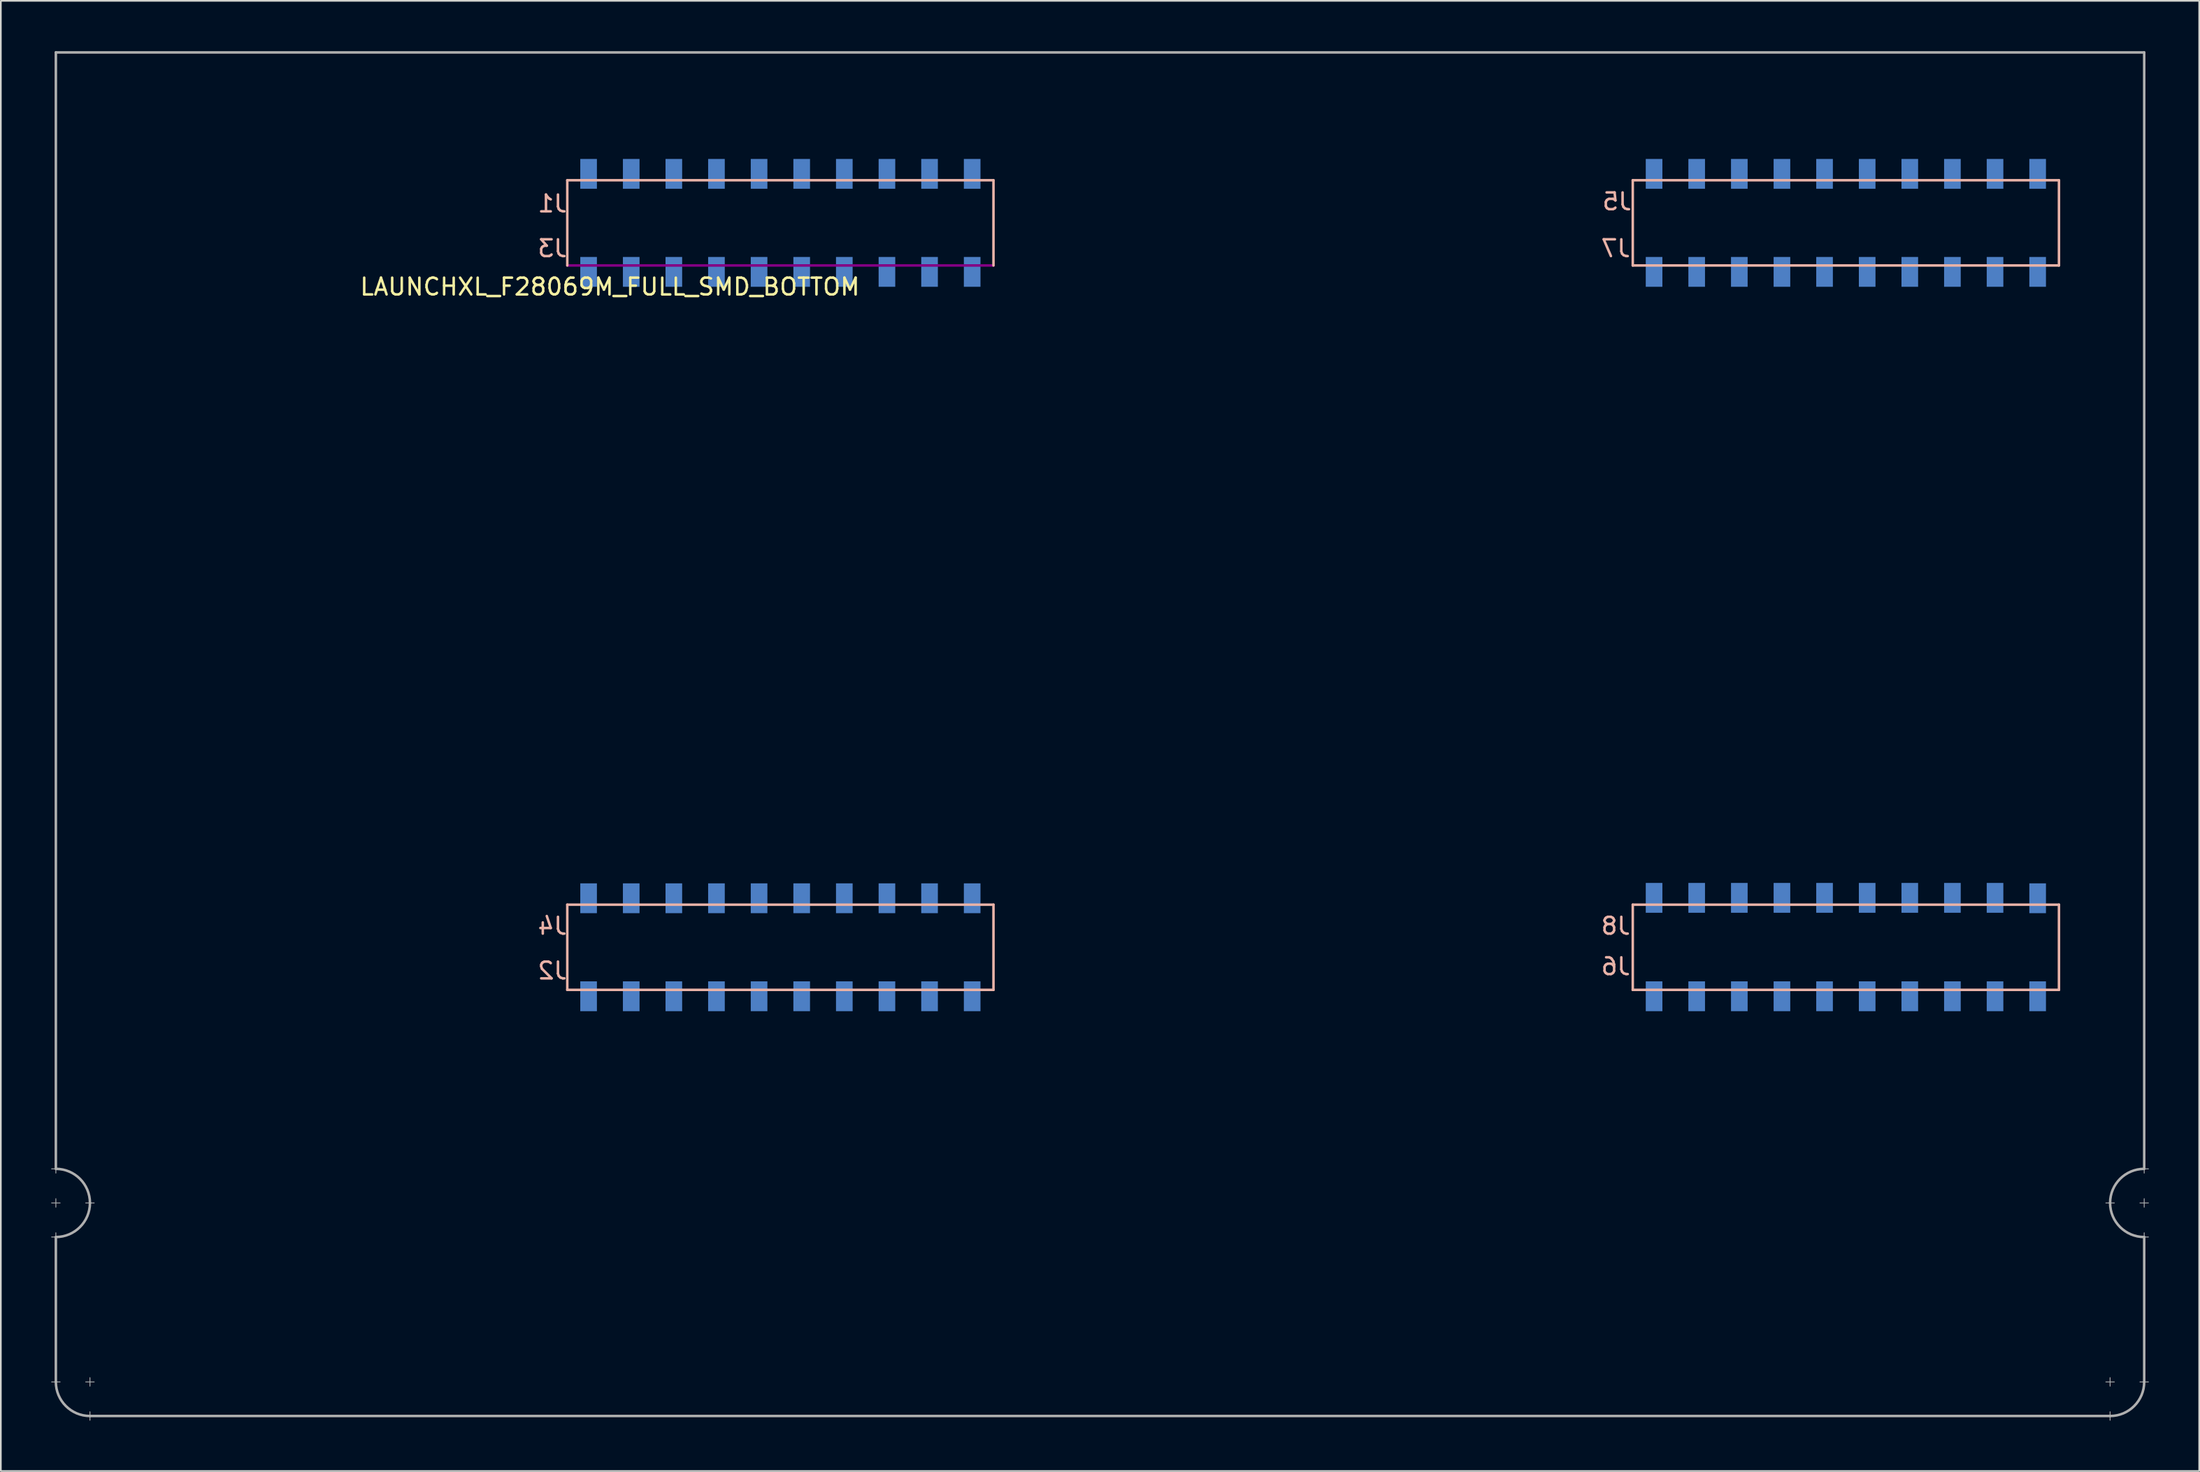
<source format=kicad_pcb>
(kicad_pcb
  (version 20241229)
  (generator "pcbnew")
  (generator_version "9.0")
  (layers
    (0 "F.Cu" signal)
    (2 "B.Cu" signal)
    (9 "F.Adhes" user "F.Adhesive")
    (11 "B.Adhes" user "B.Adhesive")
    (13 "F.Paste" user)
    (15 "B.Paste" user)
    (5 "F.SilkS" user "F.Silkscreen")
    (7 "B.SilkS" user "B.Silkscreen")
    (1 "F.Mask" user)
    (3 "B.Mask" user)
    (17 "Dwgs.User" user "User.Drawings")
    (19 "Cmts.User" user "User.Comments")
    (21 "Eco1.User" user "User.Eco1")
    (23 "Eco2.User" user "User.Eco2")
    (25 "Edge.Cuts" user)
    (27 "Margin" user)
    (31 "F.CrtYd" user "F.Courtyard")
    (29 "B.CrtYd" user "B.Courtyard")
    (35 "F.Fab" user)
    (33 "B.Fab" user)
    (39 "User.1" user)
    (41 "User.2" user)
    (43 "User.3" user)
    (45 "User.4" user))
  (footprint "LAUNCHXL_F28069M_FULL_SMD_BOTTOM"
    (layer "F.Cu")
    (at 0.279 55.955)
    (property "Reference" "LAUNCHXL_F28069M_FULL_SMD_BOTTOM" (at 33.02 -41.91 0) (layer "F.SilkS") (effects (font (size 1 1) (thickness 0.15))))
    (attr through_hole)
    (fp_line (start 30.48 -48.26) (end 30.48 -43.18) (stroke (width 0.15) (type solid)) (layer "B.SilkS"))
    (fp_line (start 30.48 -5.08) (end 30.48 0) (stroke (width 0.15) (type solid)) (layer "B.SilkS"))
    (fp_line (start 30.48 0) (end 55.88 0) (stroke (width 0.15) (type solid)) (layer "B.SilkS"))
    (fp_line (start 55.88 -48.26) (end 30.48 -48.26) (stroke (width 0.15) (type solid)) (layer "B.SilkS"))
    (fp_line (start 55.88 -43.18) (end 55.88 -48.26) (stroke (width 0.15) (type solid)) (layer "B.SilkS"))
    (fp_line (start 55.88 -5.08) (end 30.48 -5.08) (stroke (width 0.15) (type solid)) (layer "B.SilkS"))
    (fp_line (start 55.88 0) (end 55.88 -5.08) (stroke (width 0.15) (type solid)) (layer "B.SilkS"))
    (fp_line (start 93.98 -48.26) (end 93.98 -43.18) (stroke (width 0.15) (type solid)) (layer "B.SilkS"))
    (fp_line (start 93.98 -43.18) (end 119.38 -43.18) (stroke (width 0.15) (type solid)) (layer "B.SilkS"))
    (fp_line (start 93.98 -5.08) (end 93.98 0) (stroke (width 0.15) (type solid)) (layer "B.SilkS"))
    (fp_line (start 93.98 0) (end 119.38 0) (stroke (width 0.15) (type solid)) (layer "B.SilkS"))
    (fp_line (start 119.38 -48.26) (end 93.98 -48.26) (stroke (width 0.15) (type solid)) (layer "B.SilkS"))
    (fp_line (start 119.38 -43.18) (end 119.38 -48.26) (stroke (width 0.15) (type solid)) (layer "B.SilkS"))
    (fp_line (start 119.38 -5.08) (end 93.98 -5.08) (stroke (width 0.15) (type solid)) (layer "B.SilkS"))
    (fp_line (start 119.38 0) (end 119.38 -5.08) (stroke (width 0.15) (type solid)) (layer "B.SilkS"))
    (fp_line (start 30.48 -43.18) (end 55.88 -43.18) (stroke (width 0.15) (type solid)) (layer "F.Adhes"))
    (fp_line (start -0.254 10.668) (end 0.254 10.668) (stroke (width 0.05) (type solid)) (layer "F.Fab"))
    (fp_line (start -0.254 12.7) (end 0.254 12.7) (stroke (width 0.05) (type solid)) (layer "F.Fab"))
    (fp_line (start -0.254 14.732) (end 0.254 14.732) (stroke (width 0.05) (type solid)) (layer "F.Fab"))
    (fp_line (start 0 -55.88) (end 0 10.668) (stroke (width 0.15) (type solid)) (layer "F.Fab"))
    (fp_line (start 0 10.414) (end 0 10.922) (stroke (width 0.05) (type solid)) (layer "F.Fab"))
    (fp_line (start 0 12.446) (end 0 12.954) (stroke (width 0.05) (type solid)) (layer "F.Fab"))
    (fp_line (start 0 14.478) (end 0 14.986) (stroke (width 0.05) (type solid)) (layer "F.Fab"))
    (fp_line (start 0 14.732) (end 0 23.368) (stroke (width 0.15) (type solid)) (layer "F.Fab"))
    (fp_line (start 0 23.114) (end 0 23.622) (stroke (width 0.05) (type solid)) (layer "F.Fab"))
    (fp_line (start 0.254 23.368) (end -0.254 23.368) (stroke (width 0.05) (type solid)) (layer "F.Fab"))
    (fp_line (start 1.778 12.7) (end 2.286 12.7) (stroke (width 0.05) (type solid)) (layer "F.Fab"))
    (fp_line (start 2.032 23.114) (end 2.032 23.622) (stroke (width 0.05) (type solid)) (layer "F.Fab"))
    (fp_line (start 2.032 25.146) (end 2.032 25.654) (stroke (width 0.05) (type solid)) (layer "F.Fab"))
    (fp_line (start 2.032 25.4) (end 122.428 25.4) (stroke (width 0.15) (type solid)) (layer "F.Fab"))
    (fp_line (start 2.286 23.368) (end 1.778 23.368) (stroke (width 0.05) (type solid)) (layer "F.Fab"))
    (fp_line (start 122.174 23.368) (end 122.682 23.368) (stroke (width 0.05) (type solid)) (layer "F.Fab"))
    (fp_line (start 122.174 25.4) (end 122.682 25.4) (stroke (width 0.05) (type solid)) (layer "F.Fab"))
    (fp_line (start 122.428 23.114) (end 122.428 23.622) (stroke (width 0.05) (type solid)) (layer "F.Fab"))
    (fp_line (start 122.428 25.146) (end 122.428 25.654) (stroke (width 0.05) (type solid)) (layer "F.Fab"))
    (fp_line (start 122.682 12.7) (end 122.174 12.7) (stroke (width 0.05) (type solid)) (layer "F.Fab"))
    (fp_line (start 124.206 23.368) (end 124.714 23.368) (stroke (width 0.05) (type solid)) (layer "F.Fab"))
    (fp_line (start 124.46 -55.88) (end 0 -55.88) (stroke (width 0.15) (type solid)) (layer "F.Fab"))
    (fp_line (start 124.46 10.668) (end 124.46 -55.88) (stroke (width 0.15) (type solid)) (layer "F.Fab"))
    (fp_line (start 124.46 10.922) (end 124.46 10.414) (stroke (width 0.05) (type solid)) (layer "F.Fab"))
    (fp_line (start 124.46 12.954) (end 124.46 12.446) (stroke (width 0.05) (type solid)) (layer "F.Fab"))
    (fp_line (start 124.46 14.732) (end 124.46 23.368) (stroke (width 0.15) (type solid)) (layer "F.Fab"))
    (fp_line (start 124.46 14.986) (end 124.46 14.478) (stroke (width 0.05) (type solid)) (layer "F.Fab"))
    (fp_line (start 124.714 10.668) (end 124.206 10.668) (stroke (width 0.05) (type solid)) (layer "F.Fab"))
    (fp_line (start 124.714 12.7) (end 124.206 12.7) (stroke (width 0.05) (type solid)) (layer "F.Fab"))
    (fp_line (start 124.714 14.732) (end 124.206 14.732) (stroke (width 0.05) (type solid)) (layer "F.Fab"))
    (fp_arc (start 0 10.668) (mid 1.436841 11.263159) (end 2.032 12.7) (stroke (width 0.15) (type solid)) (layer "F.Fab"))
    (fp_arc (start 2.032 12.7) (mid 1.436841 14.136841) (end 0 14.732) (stroke (width 0.15) (type solid)) (layer "F.Fab"))
    (fp_arc (start 2.032 25.4) (mid 0.595159 24.804841) (end 0 23.368) (stroke (width 0.15) (type solid)) (layer "F.Fab"))
    (fp_arc (start 122.428 12.7) (mid 123.023159 11.263159) (end 124.46 10.668) (stroke (width 0.15) (type solid)) (layer "F.Fab"))
    (fp_arc (start 124.46 14.732) (mid 123.023159 14.136841) (end 122.428 12.7) (stroke (width 0.15) (type solid)) (layer "F.Fab"))
    (fp_arc (start 124.46 23.368) (mid 123.864841 24.804841) (end 122.428 25.4) (stroke (width 0.15) (type solid)) (layer "F.Fab"))
    (fp_text user "J2" (at 29.591 -1.143 0) (layer "B.SilkS") (effects (font (size 1 1) (thickness 0.15)) (justify mirror)))
    (fp_text user "J4" (at 29.591 -3.81 0) (layer "B.SilkS") (effects (font (size 1 1) (thickness 0.15)) (justify mirror)))
    (fp_text user "J1" (at 29.591 -46.863 0) (layer "B.SilkS") (effects (font (size 1 1) (thickness 0.15)) (justify mirror)))
    (fp_text user "J5" (at 93.04 -46.99 0) (layer "B.SilkS") (effects (font (size 1 1) (thickness 0.15)) (justify mirror)))
    (fp_text user "J3" (at 29.591 -44.196 0) (layer "B.SilkS") (effects (font (size 1 1) (thickness 0.15)) (justify mirror)))
    (fp_text user "J6" (at 92.964 -1.397 0) (layer "B.SilkS") (effects (font (size 1 1) (thickness 0.15)) (justify mirror)))
    (fp_text user "J8" (at 92.964 -3.81 0) (layer "B.SilkS") (effects (font (size 1 1) (thickness 0.15)) (justify mirror)))
    (fp_text user "J7" (at 92.964 -44.196 0) (layer "B.SilkS") (effects (font (size 1 1) (thickness 0.15)) (justify mirror)))
    (pad "+3V3" smd rect (at 54.61 -48.641) (size 0.991 1.778) (layers "B.Cu" "B.Mask" "B.Paste"))
    (pad "+3V3`" smd rect (at 118.11 -48.641) (size 0.991 1.778) (layers "B.Cu" "B.Mask" "B.Paste"))
    (pad "+5V" smd rect (at 54.61 -42.799) (size 0.991 1.778) (layers "B.Cu" "B.Mask" "B.Paste"))
    (pad "+5V`" smd rect (at 118.11 -42.799) (size 0.991 1.778) (layers "B.Cu" "B.Mask" "B.Paste"))
    (pad "A_A0" smd rect (at 39.37 -42.799) (size 0.991 1.778) (layers "B.Cu" "B.Mask" "B.Paste"))
    (pad "A_A1" smd rect (at 34.29 -42.799) (size 0.991 1.778) (layers "B.Cu" "B.Mask" "B.Paste"))
    (pad "A_A2" smd rect (at 44.45 -42.799) (size 0.991 1.778) (layers "B.Cu" "B.Mask" "B.Paste"))
    (pad "A_A3" smd rect (at 102.87 -42.799) (size 0.991 1.778) (layers "B.Cu" "B.Mask" "B.Paste"))
    (pad "A_A4" smd rect (at 97.79 -42.799) (size 0.991 1.778) (layers "B.Cu" "B.Mask" "B.Paste"))
    (pad "A_A5" smd rect (at 107.95 -42.799) (size 0.991 1.778) (layers "B.Cu" "B.Mask" "B.Paste"))
    (pad "A_A6" smd rect (at 52.07 -48.641) (size 0.991 1.778) (layers "B.Cu" "B.Mask" "B.Paste"))
    (pad "A_A7" smd rect (at 49.53 -42.799) (size 0.991 1.778) (layers "B.Cu" "B.Mask" "B.Paste"))
    (pad "A_B0" smd rect (at 36.83 -42.799) (size 0.991 1.778) (layers "B.Cu" "B.Mask" "B.Paste"))
    (pad "A_B1" smd rect (at 46.99 -42.799) (size 0.991 1.778) (layers "B.Cu" "B.Mask" "B.Paste"))
    (pad "A_B2" smd rect (at 41.91 -42.799) (size 0.991 1.778) (layers "B.Cu" "B.Mask" "B.Paste"))
    (pad "A_B3" smd rect (at 100.33 -42.799) (size 0.991 1.778) (layers "B.Cu" "B.Mask" "B.Paste"))
    (pad "A_B4" smd rect (at 110.49 -42.799) (size 0.991 1.778) (layers "B.Cu" "B.Mask" "B.Paste"))
    (pad "A_B5" smd rect (at 105.41 -42.799) (size 0.991 1.778) (layers "B.Cu" "B.Mask" "B.Paste"))
    (pad "A_B6" smd rect (at 41.91 -48.641) (size 0.991 1.778) (layers "B.Cu" "B.Mask" "B.Paste"))
    (pad "A_B7" smd rect (at 113.03 -42.799) (size 0.991 1.778) (layers "B.Cu" "B.Mask" "B.Paste"))
    (pad "DAC1" smd rect (at 34.29 -5.461) (size 0.991 1.778) (layers "B.Cu" "B.Mask" "B.Paste"))
    (pad "DAC2" smd rect (at 31.75 -5.461) (size 0.991 1.778) (layers "B.Cu" "B.Mask" "B.Paste"))
    (pad "DAC3" smd rect (at 97.79 -5.486) (size 0.991 1.778) (layers "B.Cu" "B.Mask" "B.Paste"))
    (pad "DAC4" smd rect (at 95.25 -5.486) (size 0.991 1.778) (layers "B.Cu" "B.Mask" "B.Paste"))
    (pad "GND" smd rect (at 52.07 -42.799) (size 0.991 1.778) (layers "B.Cu" "B.Mask" "B.Paste"))
    (pad "GND" smd rect (at 54.61 0.381) (size 0.991 1.778) (layers "B.Cu" "B.Mask" "B.Paste"))
    (pad "GND" smd rect (at 115.57 -42.799) (size 0.991 1.778) (layers "B.Cu" "B.Mask" "B.Paste"))
    (pad "GND" smd rect (at 118.11 0.381) (size 0.991 1.778) (layers "B.Cu" "B.Mask" "B.Paste"))
    (pad "NC_1" smd rect (at 46.99 0.381) (size 0.991 1.778) (layers "B.Cu" "B.Mask" "B.Paste"))
    (pad "NC_2" smd rect (at 31.75 -42.799) (size 0.991 1.778) (layers "B.Cu" "B.Mask" "B.Paste"))
    (pad "NC_3" smd rect (at 36.83 -5.461) (size 0.991 1.778) (layers "B.Cu" "B.Mask" "B.Paste"))
    (pad "NC_4" smd rect (at 115.57 -48.641) (size 0.991 1.778) (layers "B.Cu" "B.Mask" "B.Paste"))
    (pad "NC_5" smd rect (at 105.41 -48.641) (size 0.991 1.778) (layers "B.Cu" "B.Mask" "B.Paste"))
    (pad "NC_6" smd rect (at 110.49 0.381) (size 0.991 1.778) (layers "B.Cu" "B.Mask" "B.Paste"))
    (pad "NC_7" smd rect (at 95.25 -42.799) (size 0.991 1.778) (layers "B.Cu" "B.Mask" "B.Paste"))
    (pad "NC_8" smd rect (at 102.87 -5.486) (size 0.991 1.778) (layers "B.Cu" "B.Mask" "B.Paste"))
    (pad "NC_9" smd rect (at 100.33 -5.486) (size 0.991 1.778) (layers "B.Cu" "B.Mask" "B.Paste"))
    (pad "P_0" smd rect (at 54.61 -5.461) (size 0.991 1.778) (layers "B.Cu" "B.Mask" "B.Paste"))
    (pad "P_1" smd rect (at 52.07 -5.461) (size 0.991 1.778) (layers "B.Cu" "B.Mask" "B.Paste"))
    (pad "P_2" smd rect (at 49.53 -5.461) (size 0.991 1.778) (layers "B.Cu" "B.Mask" "B.Paste"))
    (pad "P_3" smd rect (at 46.99 -5.461) (size 0.991 1.778) (layers "B.Cu" "B.Mask" "B.Paste"))
    (pad "P_4" smd rect (at 44.45 -5.461) (size 0.991 1.778) (layers "B.Cu" "B.Mask" "B.Paste"))
    (pad "P_5" smd rect (at 41.91 -5.461) (size 0.991 1.778) (layers "B.Cu" "B.Mask" "B.Paste"))
    (pad "P_6" smd rect (at 118.11 -5.461) (size 0.991 1.778) (layers "B.Cu" "B.Mask" "B.Paste"))
    (pad "P_7" smd rect (at 115.57 -5.486) (size 0.991 1.778) (layers "B.Cu" "B.Mask" "B.Paste"))
    (pad "P_8" smd rect (at 113.03 -5.486) (size 0.991 1.778) (layers "B.Cu" "B.Mask" "B.Paste"))
    (pad "P_9" smd rect (at 110.49 -5.486) (size 0.991 1.778) (layers "B.Cu" "B.Mask" "B.Paste"))
    (pad "P_10" smd rect (at 107.95 -5.486) (size 0.991 1.778) (layers "B.Cu" "B.Mask" "B.Paste"))
    (pad "P_11" smd rect (at 105.41 -5.486) (size 0.991 1.778) (layers "B.Cu" "B.Mask" "B.Paste"))
    (pad "P_12" smd rect (at 44.45 -48.641) (size 0.991 1.778) (layers "B.Cu" "B.Mask" "B.Paste"))
    (pad "P_13" smd rect (at 39.37 -5.461) (size 0.991 1.778) (layers "B.Cu" "B.Mask" "B.Paste"))
    (pad "P_14" smd rect (at 102.87 -48.641) (size 0.991 1.778) (layers "B.Cu" "B.Mask" "B.Paste"))
    (pad "P_15" smd rect (at 113.03 -48.641) (size 0.991 1.778) (layers "B.Cu" "B.Mask" "B.Paste"))
    (pad "P_16" smd rect (at 41.91 0.381) (size 0.991 1.778) (layers "B.Cu" "B.Mask" "B.Paste"))
    (pad "P_17" smd rect (at 39.37 0.381) (size 0.991 1.778) (layers "B.Cu" "B.Mask" "B.Paste"))
    (pad "P_18" smd rect (at 39.37 -48.641) (size 0.991 1.778) (layers "B.Cu" "B.Mask" "B.Paste"))
    (pad "P_19" smd rect (at 52.07 0.381) (size 0.991 1.778) (layers "B.Cu" "B.Mask" "B.Paste"))
    (pad "P_20" smd rect (at 107.95 -48.641) (size 0.991 1.778) (layers "B.Cu" "B.Mask" "B.Paste"))
    (pad "P_21" smd rect (at 100.33 -48.641) (size 0.991 1.778) (layers "B.Cu" "B.Mask" "B.Paste"))
    (pad "P_22" smd rect (at 36.83 -48.641) (size 0.991 1.778) (layers "B.Cu" "B.Mask" "B.Paste"))
    (pad "P_23" smd rect (at 97.79 -48.641) (size 0.991 1.778) (layers "B.Cu" "B.Mask" "B.Paste"))
    (pad "P_24" smd rect (at 105.41 0.381) (size 0.991 1.778) (layers "B.Cu" "B.Mask" "B.Paste"))
    (pad "P_25" smd rect (at 102.87 0.381) (size 0.991 1.778) (layers "B.Cu" "B.Mask" "B.Paste"))
    (pad "P_26" smd rect (at 113.03 0.381) (size 0.991 1.778) (layers "B.Cu" "B.Mask" "B.Paste"))
    (pad "P_27" smd rect (at 115.57 0.381) (size 0.991 1.778) (layers "B.Cu" "B.Mask" "B.Paste"))
    (pad "P_28" smd rect (at 49.53 -48.641) (size 0.991 1.778) (layers "B.Cu" "B.Mask" "B.Paste"))
    (pad "P_29" smd rect (at 46.99 -48.641) (size 0.991 1.778) (layers "B.Cu" "B.Mask" "B.Paste"))
    (pad "P_32" smd rect (at 31.75 -48.641) (size 0.991 1.778) (layers "B.Cu" "B.Mask" "B.Paste"))
    (pad "P_33" smd rect (at 34.29 -48.641) (size 0.991 1.778) (layers "B.Cu" "B.Mask" "B.Paste"))
    (pad "P_44" smd rect (at 49.53 0.381) (size 0.991 1.778) (layers "B.Cu" "B.Mask" "B.Paste"))
    (pad "P_50" smd rect (at 36.83 0.381) (size 0.991 1.778) (layers "B.Cu" "B.Mask" "B.Paste"))
    (pad "P_51" smd rect (at 34.29 0.381) (size 0.991 1.778) (layers "B.Cu" "B.Mask" "B.Paste"))
    (pad "P_52" smd rect (at 100.33 0.381) (size 0.991 1.778) (layers "B.Cu" "B.Mask" "B.Paste"))
    (pad "P_53" smd rect (at 97.79 0.381) (size 0.991 1.778) (layers "B.Cu" "B.Mask" "B.Paste"))
    (pad "P_54" smd rect (at 95.25 -48.641) (size 0.991 1.778) (layers "B.Cu" "B.Mask" "B.Paste"))
    (pad "P_55" smd rect (at 31.75 0.381) (size 0.991 1.778) (layers "B.Cu" "B.Mask" "B.Paste"))
    (pad "P_56" smd rect (at 95.25 0.381) (size 0.991 1.778) (layers "B.Cu" "B.Mask" "B.Paste"))
    (pad "P_58" smd rect (at 110.49 -48.641) (size 0.991 1.778) (layers "B.Cu" "B.Mask" "B.Paste"))
    (pad "Rese" smd rect (at 44.45 0.381) (size 0.991 1.778) (layers "B.Cu" "B.Mask" "B.Paste"))
    (pad "Rese`" smd rect (at 107.95 0.381) (size 0.991 1.778) (layers "B.Cu" "B.Mask" "B.Paste")))
  (gr_rect
    (start -3 -3)
    (end 128.018 84.634)
    (stroke (width 0.1) (type default))
    (fill no)
    (layer "Edge.Cuts")))
</source>
